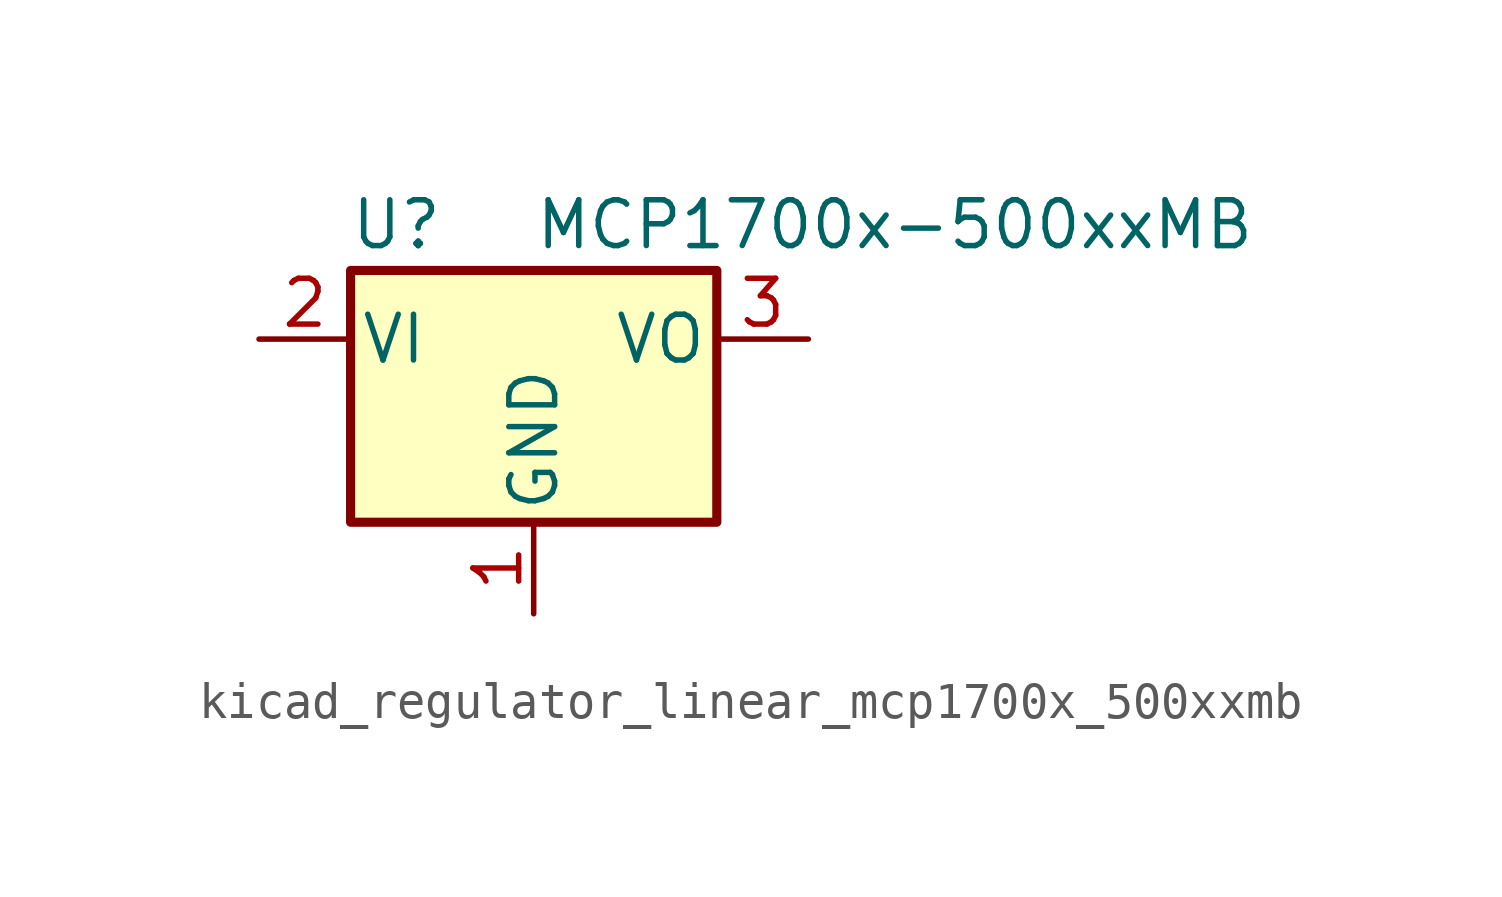
<source format=kicad_sym>
(kicad_symbol_lib
  (version 20220914)
  (generator kicad_symbol_editor)
  (symbol "kicad_regulator_linear_mcp1700x_500xxmb"
    (pin_names
      (offset 0.254))
    (property "Reference" "U"
      (at -3.81 3.175 0)
      (effects (font (size 1.27 1.27))))
    (property "Value" "MCP1700x-500xxMB"
      (at 0 3.175 0)
      (effects (font (size 1.27 1.27)) (justify left)))
    (symbol "kicad_regulator_linear_mcp1700x_500xxmb_0_1"
      (rectangle (start -5.08 -5.08) (end 5.08 1.905) (stroke (width 0.254) (type default)) (fill (type background))))
    (symbol "kicad_regulator_linear_mcp1700x_500xxmb_1_1"
      (pin power_in line (at 0 -7.62 90) (length 2.54) (name "GND" (effects (font (size 1.27 1.27)))) (number "1" (effects (font (size 1.27 1.27)))))
      (pin power_in line (at -7.62 0 0) (length 2.54) (name "VI" (effects (font (size 1.27 1.27)))) (number "2" (effects (font (size 1.27 1.27)))))
      (pin power_out line (at 7.62 0 180) (length 2.54) (name "VO" (effects (font (size 1.27 1.27)))) (number "3" (effects (font (size 1.27 1.27))))))))
</source>
